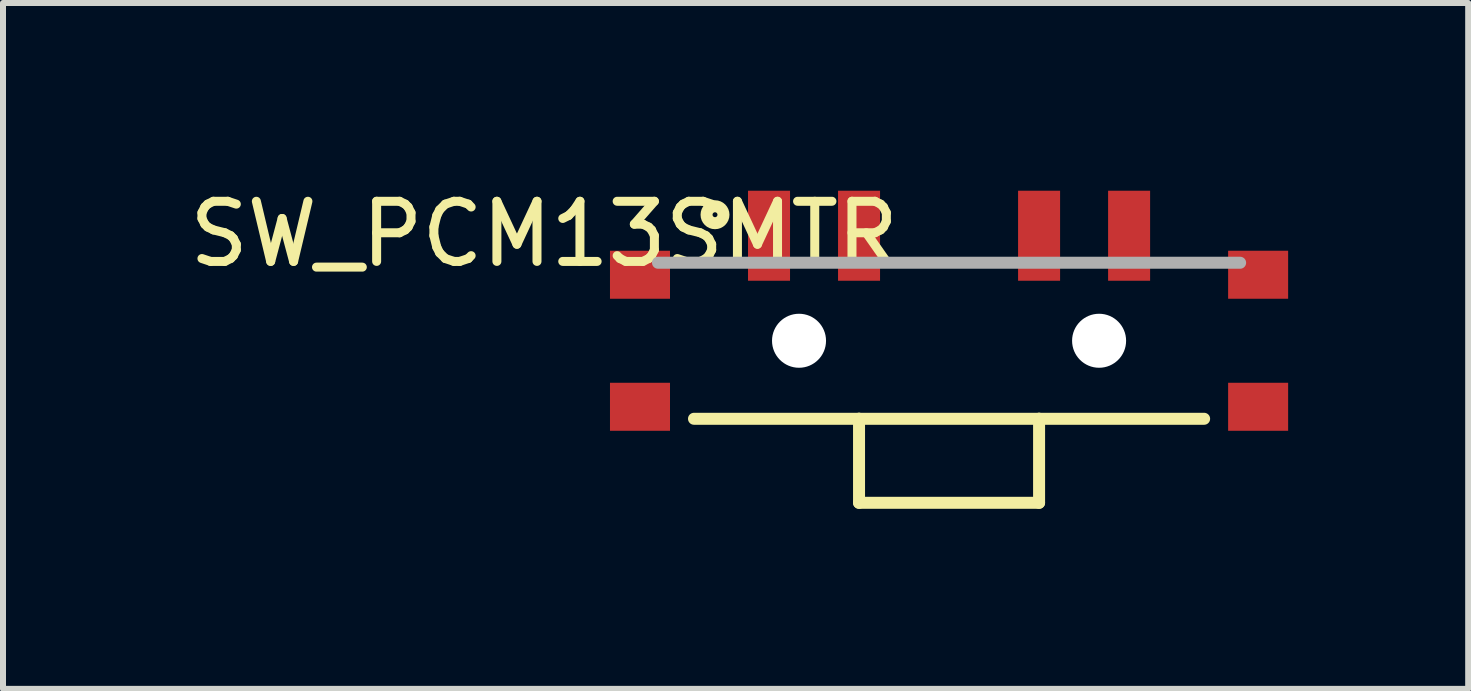
<source format=kicad_pcb>
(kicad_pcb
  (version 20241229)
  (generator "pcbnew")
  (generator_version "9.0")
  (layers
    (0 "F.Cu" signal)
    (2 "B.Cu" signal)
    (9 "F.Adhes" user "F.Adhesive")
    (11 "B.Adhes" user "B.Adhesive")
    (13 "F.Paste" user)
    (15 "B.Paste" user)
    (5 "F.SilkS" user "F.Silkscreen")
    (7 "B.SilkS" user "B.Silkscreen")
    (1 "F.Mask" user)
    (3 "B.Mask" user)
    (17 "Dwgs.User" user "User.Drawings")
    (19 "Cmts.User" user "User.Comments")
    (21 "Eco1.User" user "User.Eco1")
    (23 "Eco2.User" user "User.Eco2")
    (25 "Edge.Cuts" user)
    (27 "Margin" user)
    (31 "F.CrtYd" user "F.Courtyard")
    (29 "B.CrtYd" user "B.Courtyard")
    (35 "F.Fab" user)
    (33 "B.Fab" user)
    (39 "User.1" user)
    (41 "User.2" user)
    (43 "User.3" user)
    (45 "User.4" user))
  (footprint "SW_PCM13SMTR"
    (layer "F.Cu")
    (at 12.764 2.628)
    (property "Reference" "SW_PCM13SMTR" (at -6.747 -1.778 180) (layer "F.SilkS") (effects (font (size 1.002 1.002) (thickness 0.15))))
    (attr through_hole)
    (fp_line (start -1.5 1.3) (end -4.25 1.3) (stroke (width 0.2) (type solid)) (layer "F.SilkS"))
    (fp_line (start -1.5 1.3) (end -1.5 2.7) (stroke (width 0.2) (type solid)) (layer "F.SilkS"))
    (fp_line (start -1.5 2.7) (end 1.5 2.7) (stroke (width 0.2) (type solid)) (layer "F.SilkS"))
    (fp_line (start 1.5 1.3) (end -1.5 1.3) (stroke (width 0.2) (type solid)) (layer "F.SilkS"))
    (fp_line (start 1.5 2.7) (end 1.5 1.3) (stroke (width 0.2) (type solid)) (layer "F.SilkS"))
    (fp_line (start 4.25 1.3) (end 1.5 1.3) (stroke (width 0.2) (type solid)) (layer "F.SilkS"))
    (fp_circle (center -3.9 -2.1) (end -3.759 -2.1) (stroke (width 0.2) (type solid)) (fill no) (layer "F.SilkS"))
    (fp_line (start -4.85 -1.3) (end 4.85 -1.3) (stroke (width 0.2) (type solid)) (layer "F.Fab"))
    (pad "" np_thru_hole circle (at -2.5 0) (size 0.9 0.9) (drill 0.9) (layers "*.Cu" "*.Mask"))
    (pad "" np_thru_hole circle (at 2.5 0) (size 0.9 0.9) (drill 0.9) (layers "*.Cu" "*.Mask"))
    (pad "1" smd rect (at -3 -1.75) (size 0.7 1.5) (layers "F.Cu" "F.Mask" "F.Paste"))
    (pad "2" smd rect (at -1.5 -1.75) (size 0.7 1.5) (layers "F.Cu" "F.Mask" "F.Paste"))
    (pad "3" smd rect (at 1.5 -1.75) (size 0.7 1.5) (layers "F.Cu" "F.Mask" "F.Paste"))
    (pad "4" smd rect (at 3 -1.75) (size 0.7 1.5) (layers "F.Cu" "F.Mask" "F.Paste"))
    (pad "P$1" smd rect (at -5.15 -1.1) (size 1 0.8) (layers "F.Cu" "F.Mask" "F.Paste"))
    (pad "P$2" smd rect (at -5.15 1.1) (size 1 0.8) (layers "F.Cu" "F.Mask" "F.Paste"))
    (pad "P$3" smd rect (at 5.15 -1.1) (size 1 0.8) (layers "F.Cu" "F.Mask" "F.Paste"))
    (pad "P$4" smd rect (at 5.15 1.1) (size 1 0.8) (layers "F.Cu" "F.Mask" "F.Paste")))
  (gr_rect
    (start -3 -3)
    (end 21.414 8.428)
    (stroke (width 0.1) (type default))
    (fill no)
    (layer "Edge.Cuts")))
</source>
